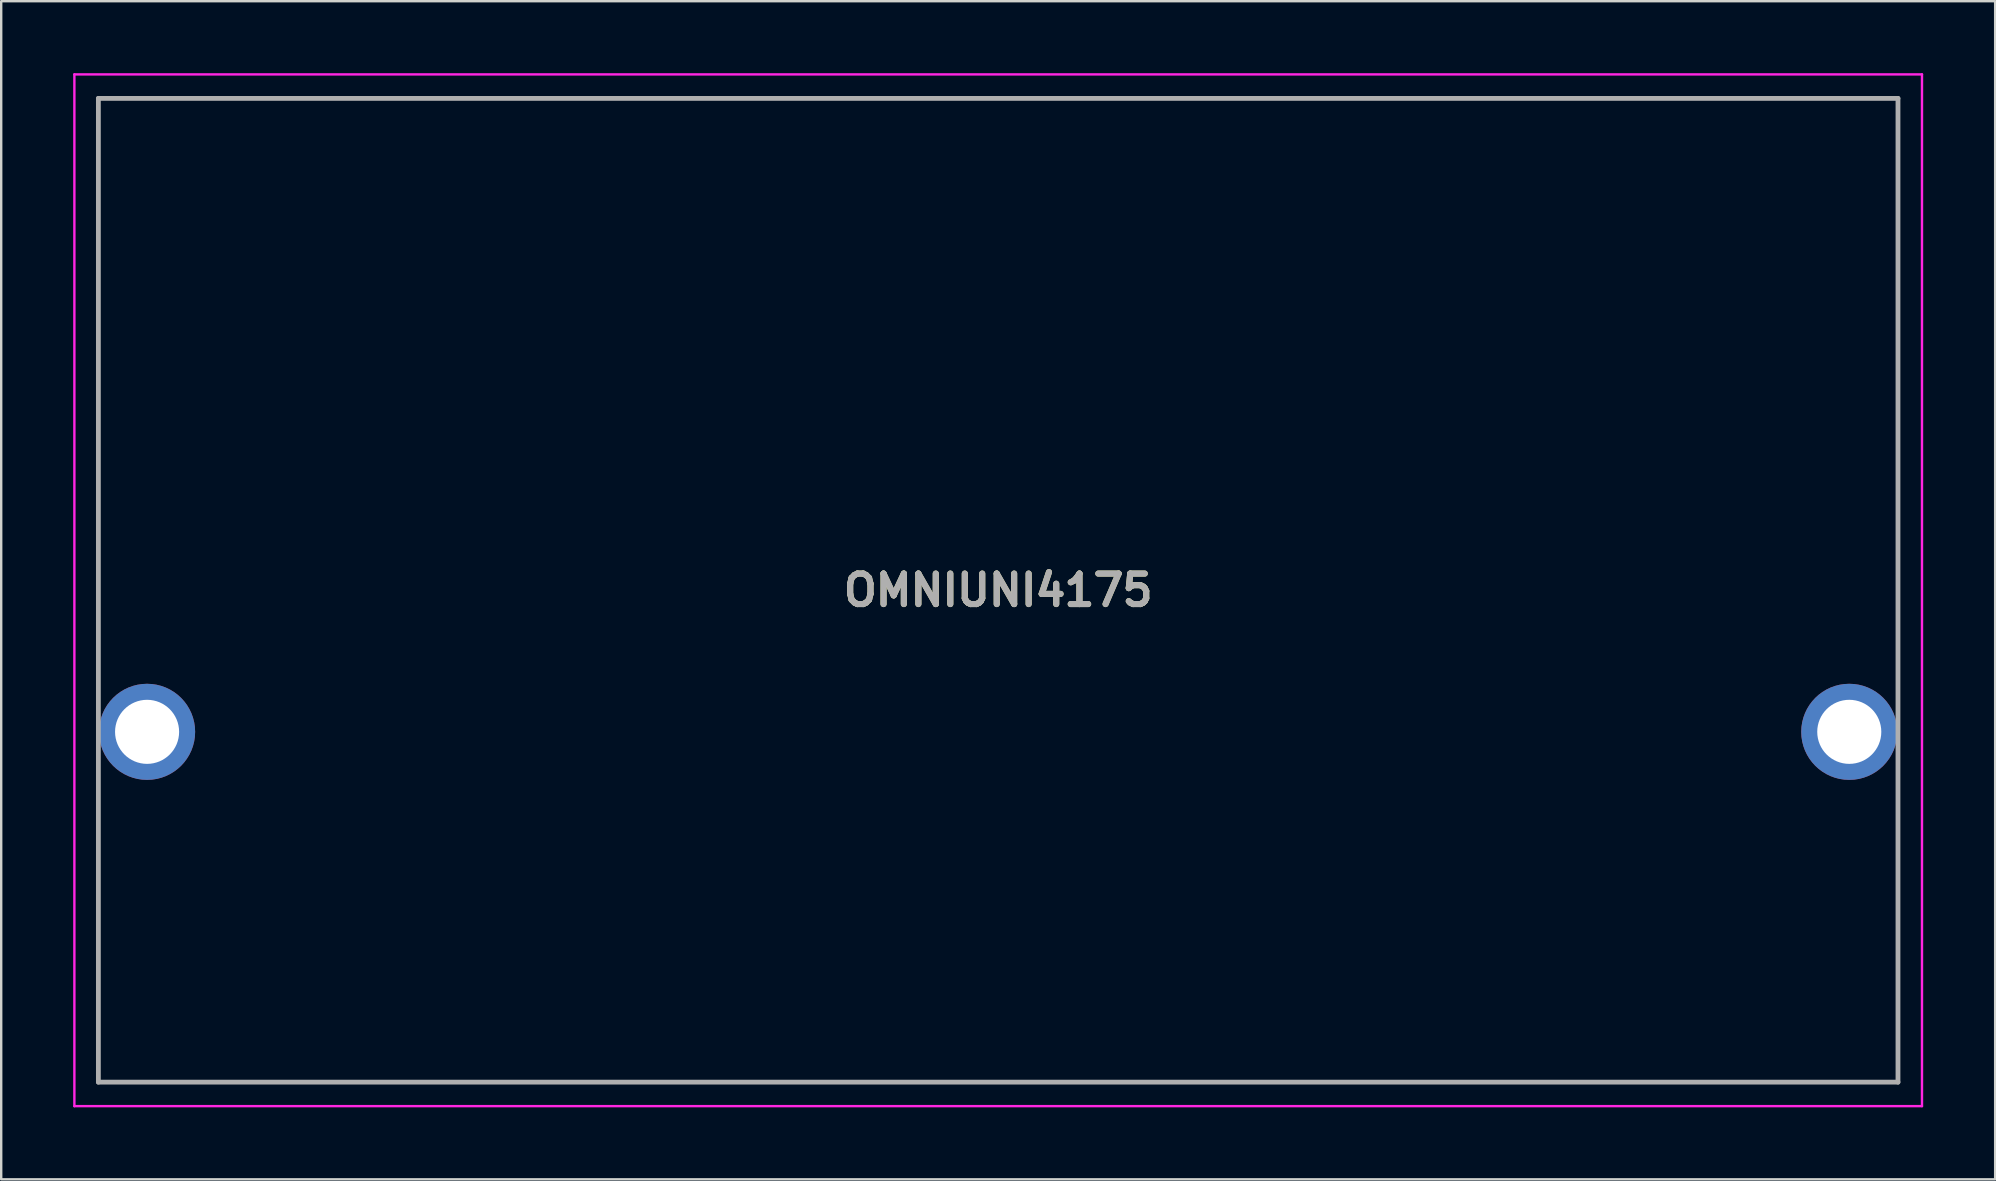
<source format=kicad_pcb>
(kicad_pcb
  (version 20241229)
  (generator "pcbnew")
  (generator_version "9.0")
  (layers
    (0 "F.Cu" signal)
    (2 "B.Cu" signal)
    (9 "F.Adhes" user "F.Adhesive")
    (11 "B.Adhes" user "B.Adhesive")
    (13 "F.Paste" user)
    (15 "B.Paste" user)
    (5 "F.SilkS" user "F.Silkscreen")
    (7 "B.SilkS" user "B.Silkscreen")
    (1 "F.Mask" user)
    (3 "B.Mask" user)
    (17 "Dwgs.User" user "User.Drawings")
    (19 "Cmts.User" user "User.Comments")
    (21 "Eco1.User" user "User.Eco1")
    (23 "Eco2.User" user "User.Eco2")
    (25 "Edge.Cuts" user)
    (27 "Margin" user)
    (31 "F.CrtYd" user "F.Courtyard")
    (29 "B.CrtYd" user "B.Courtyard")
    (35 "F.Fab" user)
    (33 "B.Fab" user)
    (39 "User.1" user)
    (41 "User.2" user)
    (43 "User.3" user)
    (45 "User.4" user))
  (footprint "OMNIUNI4175"
    (layer "F.Cu")
    (at 3.08 27.55)
    (property "Reference" "OMNIUNI4175" (at 35.47 -6 0) (layer "F.SilkS") (effects (font (size 1.27 1.27) (thickness 0.254))))
    (attr through_hole)
    (fp_line (start -2.03 -26.5) (end 72.97 -26.5) (stroke (width 0.1) (type solid)) (layer "F.SilkS"))
    (fp_line (start -2.03 -2) (end -2.03 -26.5) (stroke (width 0.1) (type solid)) (layer "F.SilkS"))
    (fp_line (start -2.03 14.5) (end -2.03 2) (stroke (width 0.1) (type solid)) (layer "F.SilkS"))
    (fp_line (start 72.97 -26.5) (end 72.97 -2) (stroke (width 0.1) (type solid)) (layer "F.SilkS"))
    (fp_line (start 72.97 2) (end 72.97 14.5) (stroke (width 0.1) (type solid)) (layer "F.SilkS"))
    (fp_line (start 72.97 14.5) (end -2.03 14.5) (stroke (width 0.1) (type solid)) (layer "F.SilkS"))
    (fp_line (start -3.03 -27.5) (end 73.97 -27.5) (stroke (width 0.1) (type solid)) (layer "F.CrtYd"))
    (fp_line (start -3.03 15.5) (end -3.03 -27.5) (stroke (width 0.1) (type solid)) (layer "F.CrtYd"))
    (fp_line (start 73.97 -27.5) (end 73.97 15.5) (stroke (width 0.1) (type solid)) (layer "F.CrtYd"))
    (fp_line (start 73.97 15.5) (end -3.03 15.5) (stroke (width 0.1) (type solid)) (layer "F.CrtYd"))
    (fp_line (start -2.03 -26.5) (end 72.97 -26.5) (stroke (width 0.2) (type solid)) (layer "F.Fab"))
    (fp_line (start -2.03 14.5) (end -2.03 -26.5) (stroke (width 0.2) (type solid)) (layer "F.Fab"))
    (fp_line (start 72.97 -26.5) (end 72.97 14.5) (stroke (width 0.2) (type solid)) (layer "F.Fab"))
    (fp_line (start 72.97 14.5) (end -2.03 14.5) (stroke (width 0.2) (type solid)) (layer "F.Fab"))
    (fp_text user "${REFERENCE}" (at 35.47 -6 0) (layer "F.Fab") (effects (font (size 1.27 1.27) (thickness 0.254))))
    (pad "1" thru_hole circle (at 0 -0.1) (size 4.005 4.005) (drill 2.67) (layers "*.Cu" "*.Mask"))
    (pad "2" thru_hole circle (at 70.94 -0.1) (size 4.005 4.005) (drill 2.67) (layers "*.Cu" "*.Mask")))
  (gr_rect
    (start -3 -3)
    (end 80.1 46.1)
    (stroke (width 0.1) (type default))
    (fill no)
    (layer "Edge.Cuts")))
</source>
